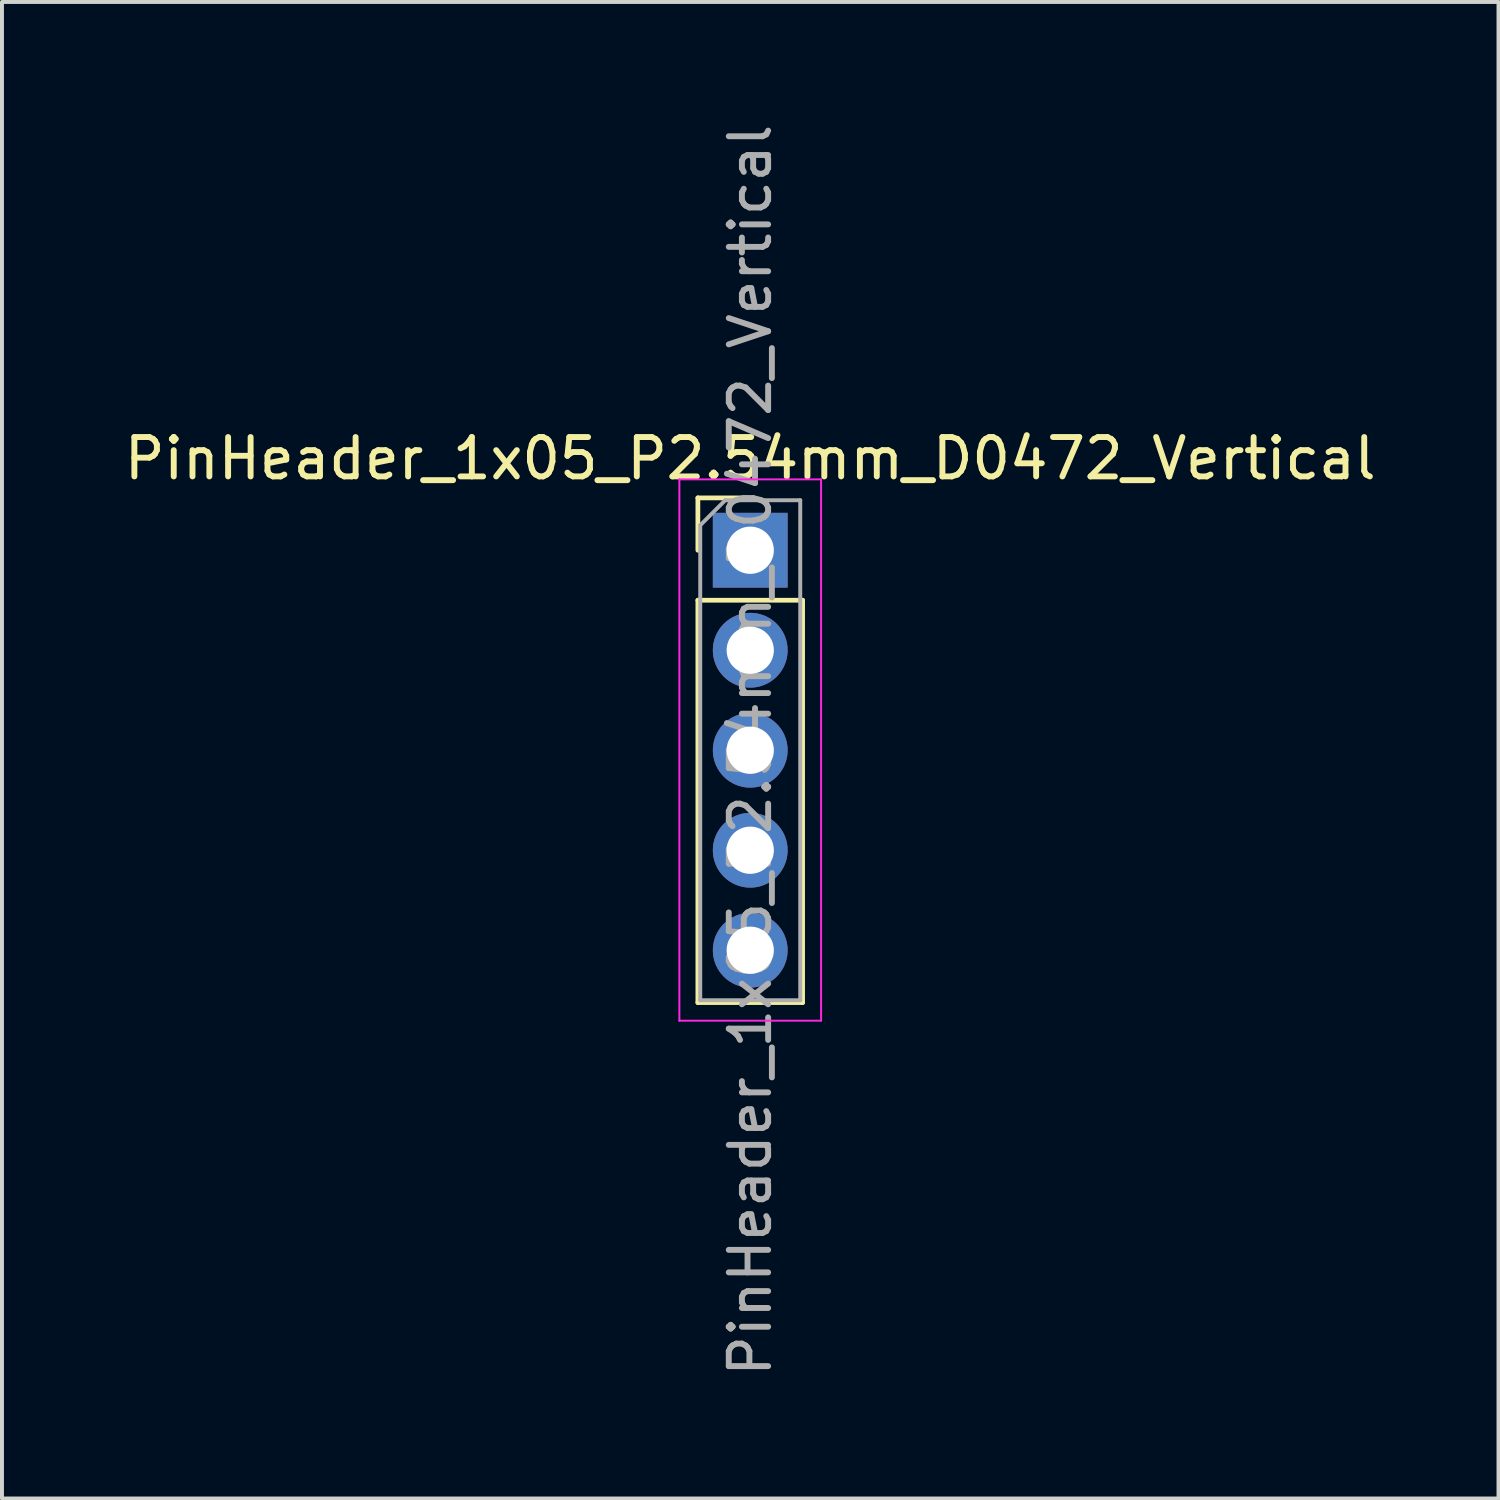
<source format=kicad_pcb>
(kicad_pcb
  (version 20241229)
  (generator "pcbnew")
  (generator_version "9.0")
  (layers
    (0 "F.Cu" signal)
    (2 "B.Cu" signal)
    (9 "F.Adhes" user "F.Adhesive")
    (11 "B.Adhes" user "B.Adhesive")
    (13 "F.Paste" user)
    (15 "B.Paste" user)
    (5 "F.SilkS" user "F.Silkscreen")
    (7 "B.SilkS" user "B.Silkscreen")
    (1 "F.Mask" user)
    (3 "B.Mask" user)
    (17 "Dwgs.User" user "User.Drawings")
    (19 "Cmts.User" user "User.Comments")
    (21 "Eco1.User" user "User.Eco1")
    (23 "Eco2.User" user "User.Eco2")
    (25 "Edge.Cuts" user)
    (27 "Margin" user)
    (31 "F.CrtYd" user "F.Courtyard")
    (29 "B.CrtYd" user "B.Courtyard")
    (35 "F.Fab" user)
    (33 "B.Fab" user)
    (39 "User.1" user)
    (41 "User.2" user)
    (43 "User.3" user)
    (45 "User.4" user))
  (footprint "PinHeader_1x05_P2.54mm_D0472_Vertical"
    (layer "F.Cu")
    (at 16.006 10.926)
    (property "Reference" "PinHeader_1x05_P2.54mm_D0472_Vertical" (at 0 -2.33 0) (layer "F.SilkS") (effects (font (size 1 1) (thickness 0.15))))
    (attr through_hole)
    (fp_line (start -1.33 -1.33) (end 0 -1.33) (stroke (width 0.12) (type solid)) (layer "F.SilkS"))
    (fp_line (start -1.33 0) (end -1.33 -1.33) (stroke (width 0.12) (type solid)) (layer "F.SilkS"))
    (fp_line (start -1.33 1.27) (end -1.33 11.49) (stroke (width 0.12) (type solid)) (layer "F.SilkS"))
    (fp_line (start -1.33 1.27) (end 1.33 1.27) (stroke (width 0.12) (type solid)) (layer "F.SilkS"))
    (fp_line (start -1.33 11.49) (end 1.33 11.49) (stroke (width 0.12) (type solid)) (layer "F.SilkS"))
    (fp_line (start 1.33 1.27) (end 1.33 11.49) (stroke (width 0.12) (type solid)) (layer "F.SilkS"))
    (fp_line (start -1.8 -1.8) (end -1.8 11.95) (stroke (width 0.05) (type solid)) (layer "F.CrtYd"))
    (fp_line (start -1.8 11.95) (end 1.8 11.95) (stroke (width 0.05) (type solid)) (layer "F.CrtYd"))
    (fp_line (start 1.8 -1.8) (end -1.8 -1.8) (stroke (width 0.05) (type solid)) (layer "F.CrtYd"))
    (fp_line (start 1.8 11.95) (end 1.8 -1.8) (stroke (width 0.05) (type solid)) (layer "F.CrtYd"))
    (fp_line (start -1.27 -0.635) (end -0.635 -1.27) (stroke (width 0.1) (type solid)) (layer "F.Fab"))
    (fp_line (start -1.27 11.43) (end -1.27 -0.635) (stroke (width 0.1) (type solid)) (layer "F.Fab"))
    (fp_line (start -0.635 -1.27) (end 1.27 -1.27) (stroke (width 0.1) (type solid)) (layer "F.Fab"))
    (fp_line (start 1.27 -1.27) (end 1.27 11.43) (stroke (width 0.1) (type solid)) (layer "F.Fab"))
    (fp_line (start 1.27 11.43) (end -1.27 11.43) (stroke (width 0.1) (type solid)) (layer "F.Fab"))
    (fp_text user "${REFERENCE}" (at 0 5.08 90) (layer "F.Fab") (effects (font (size 1 1) (thickness 0.15))))
    (pad "1" thru_hole rect (at 0 0) (size 1.9 1.9) (drill 1.2) (layers "*.Cu" "*.Mask"))
    (pad "2" thru_hole oval (at 0 2.54) (size 1.9 1.9) (drill 1.2) (layers "*.Cu" "*.Mask"))
    (pad "3" thru_hole oval (at 0 5.08) (size 1.9 1.9) (drill 1.2) (layers "*.Cu" "*.Mask"))
    (pad "4" thru_hole oval (at 0 7.62) (size 1.9 1.9) (drill 1.2) (layers "*.Cu" "*.Mask"))
    (pad "5" thru_hole oval (at 0 10.16) (size 1.9 1.9) (drill 1.2) (layers "*.Cu" "*.Mask")))
  (gr_rect
    (start -3 -3)
    (end 35.012 35.012)
    (stroke (width 0.1) (type default))
    (fill no)
    (layer "Edge.Cuts")))
</source>
